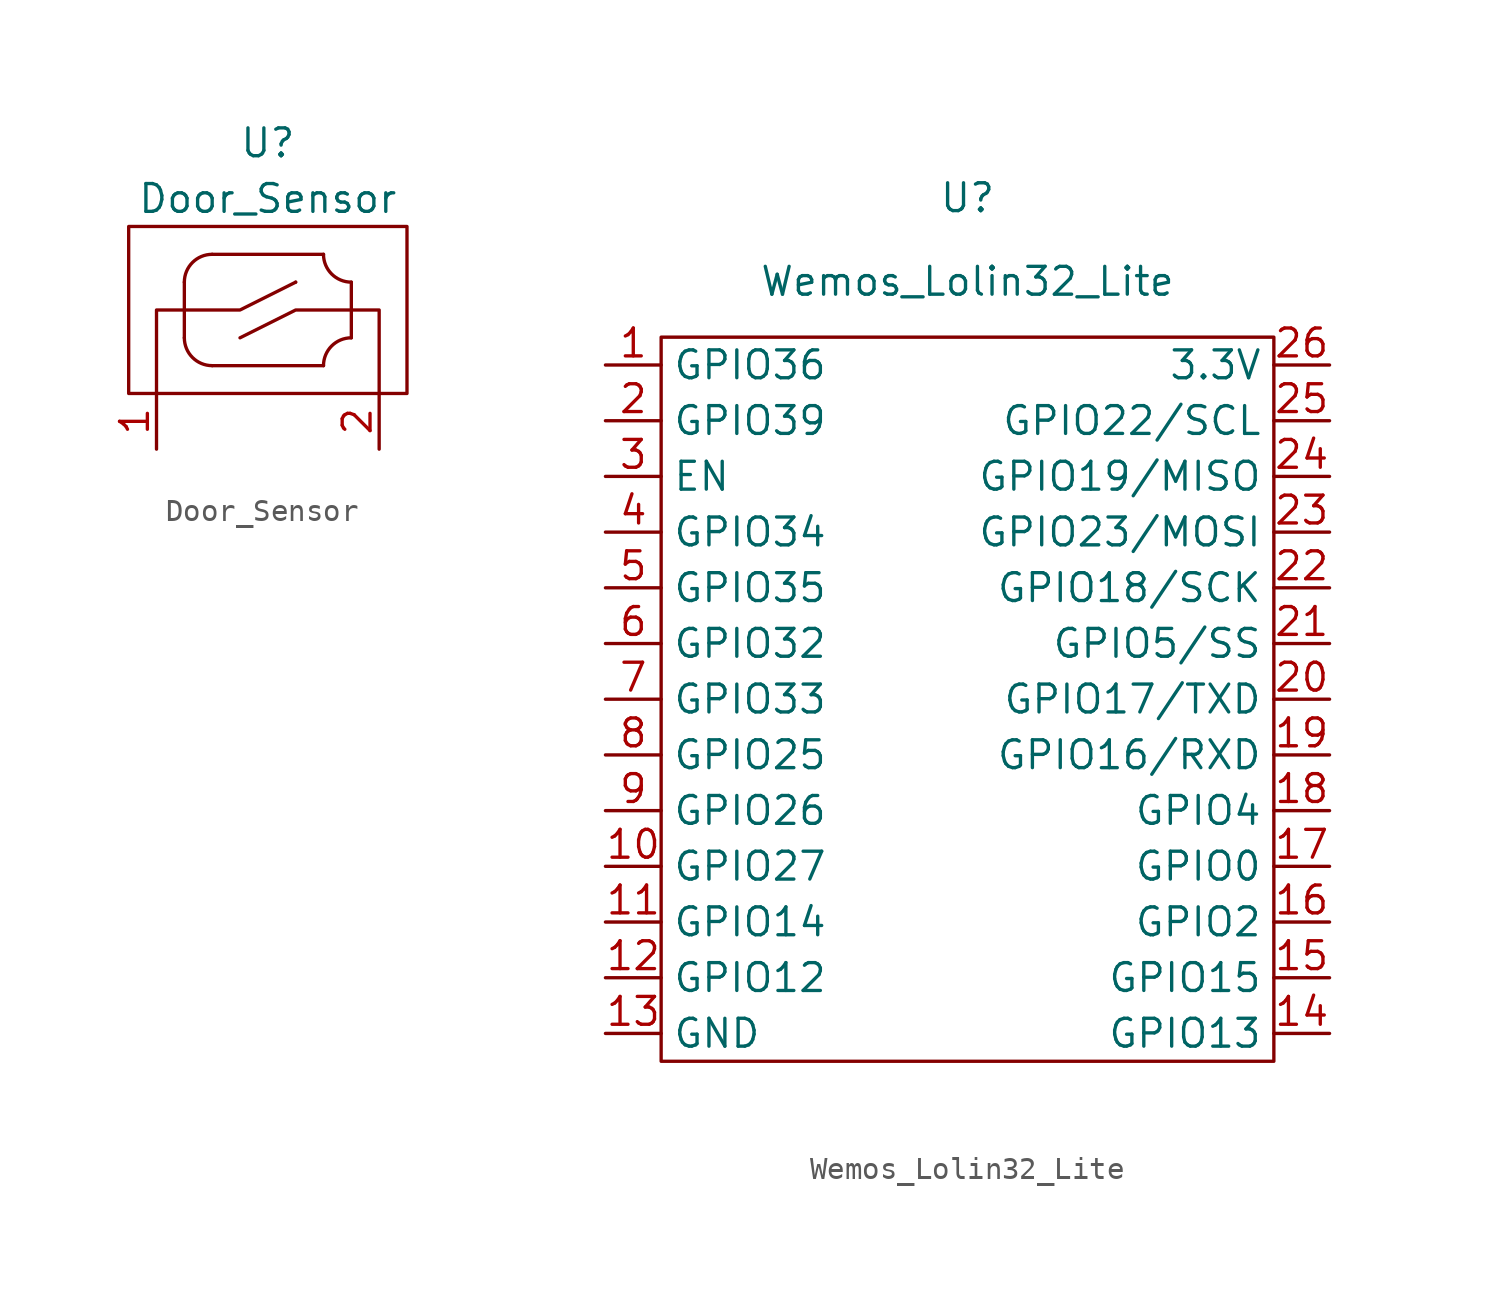
<source format=kicad_sym>
(kicad_symbol_lib
  (version 20211014)
  (generator kicad_symbol_editor)
  (symbol "Door_Sensor"
    (property "Reference" "U"
      (at 0 6.35 0)
      (effects (font (size 1.27 1.27))))
    (property "Value" "Door_Sensor"
      (at 0 3.81 0)
      (effects (font (size 1.27 1.27))))
    (symbol "Door_Sensor_0_1"
      (rectangle (start -6.35 2.54) (end 6.35 -5.08) (stroke (width 0) (type default) (color 0 0 0 0)) (fill (type none)))
      (arc (start -3.81 -2.54) (mid -3.438 -3.438) (end -2.54 -3.81) (stroke (width 0) (type default) (color 0 0 0 0)) (fill (type none)))
      (arc (start -2.54 1.27) (mid -3.438 0.898) (end -3.81 0) (stroke (width 0) (type default) (color 0 0 0 0)) (fill (type none)))
      (polyline (pts (xy -3.81 -2.54) (xy -3.81 0)) (stroke (width 0) (type default) (color 0 0 0 0)) (fill (type none)))
      (polyline (pts (xy -2.54 1.27) (xy 2.54 1.27)) (stroke (width 0) (type default) (color 0 0 0 0)) (fill (type none)))
      (polyline (pts (xy 1.27 0) (xy 1.27 0)) (stroke (width 0) (type default) (color 0 0 0 0)) (fill (type none)))
      (polyline (pts (xy 2.54 -3.81) (xy -2.54 -3.81)) (stroke (width 0) (type default) (color 0 0 0 0)) (fill (type none)))
      (polyline (pts (xy 3.81 0) (xy 3.81 -2.54)) (stroke (width 0) (type default) (color 0 0 0 0)) (fill (type none)))
      (polyline (pts (xy -5.08 -5.08) (xy -5.08 -1.27) (xy -1.27 -1.27) (xy 1.27 0)) (stroke (width 0) (type default) (color 0 0 0 0)) (fill (type none)))
      (polyline (pts (xy 5.08 -5.08) (xy 5.08 -1.27) (xy 1.27 -1.27) (xy -1.27 -2.54)) (stroke (width 0) (type default) (color 0 0 0 0)) (fill (type none)))
      (arc (start 2.54 1.27) (mid 1.642 -0.898) (end 3.81 0) (stroke (width 0) (type default) (color 0 0 0 0)) (fill (type none)))
      (arc (start 3.81 -2.54) (mid 1.642 -1.642) (end 2.54 -3.81) (stroke (width 0) (type default) (color 0 0 0 0)) (fill (type none))))
    (symbol "Door_Sensor_1_1"
      (pin passive line (at -5.08 -7.62 90) (length 2.54) (name "" (effects (font (size 1.27 1.27)))) (number "1" (effects (font (size 1.27 1.27)))))
      (pin passive line (at 5.08 -7.62 90) (length 2.54) (name "" (effects (font (size 1.27 1.27)))) (number "2" (effects (font (size 1.27 1.27)))))))
  (symbol "Wemos_Lolin32_Lite"
    (property "Reference" "U"
      (at 0 22.86 0)
      (effects (font (size 1.27 1.27))))
    (property "Value" "Wemos_Lolin32_Lite"
      (at 0 19.05 0)
      (effects (font (size 1.27 1.27))))
    (symbol "Wemos_Lolin32_Lite_0_1"
      (rectangle (start -13.97 16.51) (end 13.97 -16.51) (stroke (width 0) (type default) (color 0 0 0 0)) (fill (type none))))
    (symbol "Wemos_Lolin32_Lite_1_1"
      (pin input line (at -16.51 15.24 0) (length 2.54) (name "GPIO36" (effects (font (size 1.27 1.27)))) (number "1" (effects (font (size 1.27 1.27)))))
      (pin bidirectional line (at -16.51 -7.62 0) (length 2.54) (name "GPIO27" (effects (font (size 1.27 1.27)))) (number "10" (effects (font (size 1.27 1.27)))))
      (pin bidirectional line (at -16.51 -10.16 0) (length 2.54) (name "GPIO14" (effects (font (size 1.27 1.27)))) (number "11" (effects (font (size 1.27 1.27)))))
      (pin bidirectional line (at -16.51 -12.7 0) (length 2.54) (name "GPIO12" (effects (font (size 1.27 1.27)))) (number "12" (effects (font (size 1.27 1.27)))))
      (pin power_out line (at -16.51 -15.24 0) (length 2.54) (name "GND" (effects (font (size 1.27 1.27)))) (number "13" (effects (font (size 1.27 1.27)))))
      (pin bidirectional line (at 16.51 -15.24 180) (length 2.54) (name "GPIO13" (effects (font (size 1.27 1.27)))) (number "14" (effects (font (size 1.27 1.27)))))
      (pin bidirectional line (at 16.51 -12.7 180) (length 2.54) (name "GPIO15" (effects (font (size 1.27 1.27)))) (number "15" (effects (font (size 1.27 1.27)))))
      (pin bidirectional line (at 16.51 -10.16 180) (length 2.54) (name "GPIO2" (effects (font (size 1.27 1.27)))) (number "16" (effects (font (size 1.27 1.27)))))
      (pin bidirectional line (at 16.51 -7.62 180) (length 2.54) (name "GPIO0" (effects (font (size 1.27 1.27)))) (number "17" (effects (font (size 1.27 1.27)))))
      (pin bidirectional line (at 16.51 -5.08 180) (length 2.54) (name "GPIO4" (effects (font (size 1.27 1.27)))) (number "18" (effects (font (size 1.27 1.27)))))
      (pin bidirectional line (at 16.51 -2.54 180) (length 2.54) (name "GPIO16/RXD" (effects (font (size 1.27 1.27)))) (number "19" (effects (font (size 1.27 1.27)))))
      (pin input line (at -16.51 12.7 0) (length 2.54) (name "GPIO39" (effects (font (size 1.27 1.27)))) (number "2" (effects (font (size 1.27 1.27)))))
      (pin bidirectional line (at 16.51 0 180) (length 2.54) (name "GPIO17/TXD" (effects (font (size 1.27 1.27)))) (number "20" (effects (font (size 1.27 1.27)))))
      (pin bidirectional line (at 16.51 2.54 180) (length 2.54) (name "GPIO5/SS" (effects (font (size 1.27 1.27)))) (number "21" (effects (font (size 1.27 1.27)))))
      (pin bidirectional line (at 16.51 5.08 180) (length 2.54) (name "GPIO18/SCK" (effects (font (size 1.27 1.27)))) (number "22" (effects (font (size 1.27 1.27)))))
      (pin bidirectional line (at 16.51 7.62 180) (length 2.54) (name "GPIO23/MOSI" (effects (font (size 1.27 1.27)))) (number "23" (effects (font (size 1.27 1.27)))))
      (pin bidirectional line (at 16.51 10.16 180) (length 2.54) (name "GPIO19/MISO" (effects (font (size 1.27 1.27)))) (number "24" (effects (font (size 1.27 1.27)))))
      (pin bidirectional line (at 16.51 12.7 180) (length 2.54) (name "GPIO22/SCL" (effects (font (size 1.27 1.27)))) (number "25" (effects (font (size 1.27 1.27)))))
      (pin power_out line (at 16.51 15.24 180) (length 2.54) (name "3.3V" (effects (font (size 1.27 1.27)))) (number "26" (effects (font (size 1.27 1.27)))))
      (pin passive line (at -16.51 10.16 0) (length 2.54) (name "EN" (effects (font (size 1.27 1.27)))) (number "3" (effects (font (size 1.27 1.27)))))
      (pin input line (at -16.51 7.62 0) (length 2.54) (name "GPIO34" (effects (font (size 1.27 1.27)))) (number "4" (effects (font (size 1.27 1.27)))))
      (pin input line (at -16.51 5.08 0) (length 2.54) (name "GPIO35" (effects (font (size 1.27 1.27)))) (number "5" (effects (font (size 1.27 1.27)))))
      (pin bidirectional line (at -16.51 2.54 0) (length 2.54) (name "GPIO32" (effects (font (size 1.27 1.27)))) (number "6" (effects (font (size 1.27 1.27)))))
      (pin bidirectional line (at -16.51 0 0) (length 2.54) (name "GPIO33" (effects (font (size 1.27 1.27)))) (number "7" (effects (font (size 1.27 1.27)))))
      (pin bidirectional line (at -16.51 -2.54 0) (length 2.54) (name "GPIO25" (effects (font (size 1.27 1.27)))) (number "8" (effects (font (size 1.27 1.27)))))
      (pin bidirectional line (at -16.51 -5.08 0) (length 2.54) (name "GPIO26" (effects (font (size 1.27 1.27)))) (number "9" (effects (font (size 1.27 1.27))))))))
</source>
